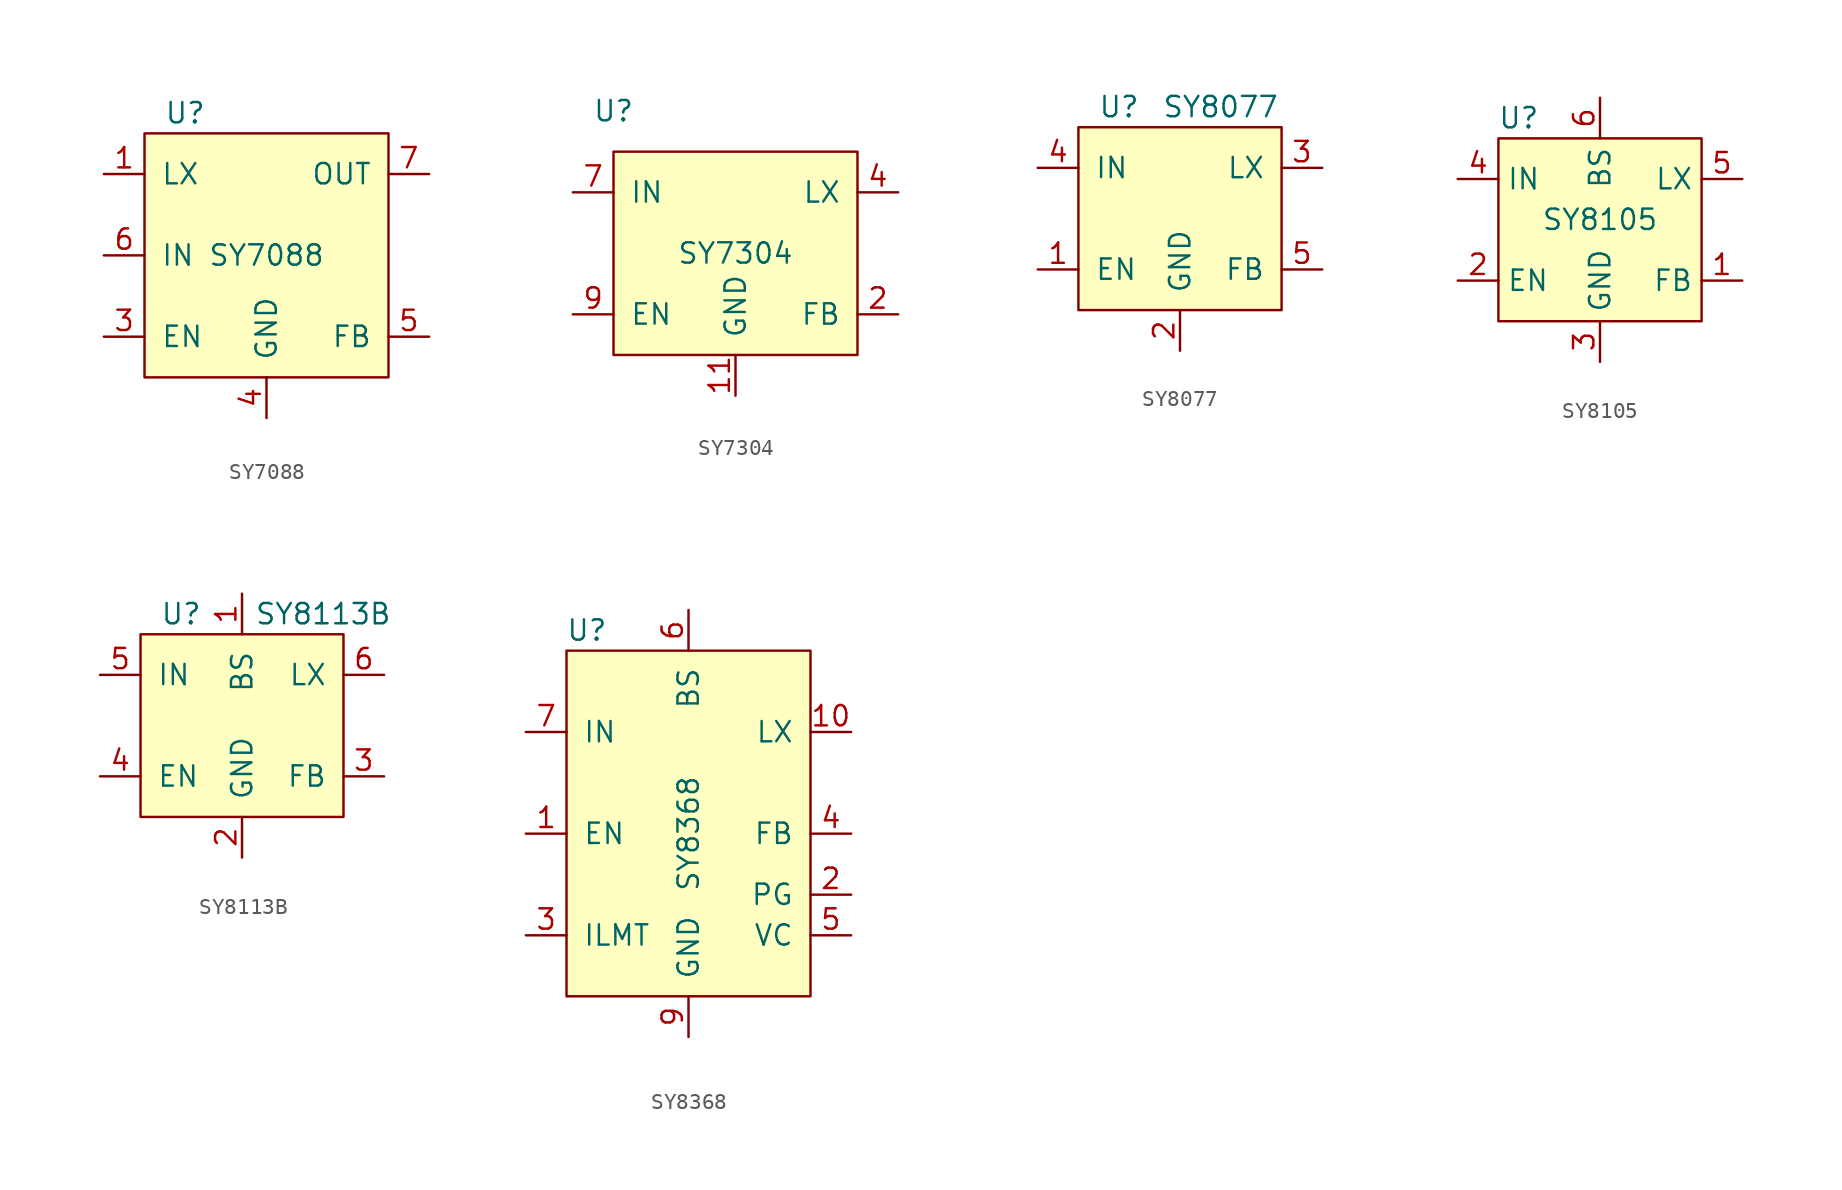
<source format=kicad_sym>
(kicad_symbol_lib
  (version 20211014)
  (generator kicad_symbol_editor)
  (symbol "SY7088"
    (pin_names
      (offset 1.016))
    (property "Reference" "U"
      (at -5.08 8.89 0)
      (effects (font (size 1.27 1.27))))
    (property "Value" "SY7088"
      (at 0 0 0)
      (effects (font (size 1.27 1.27))))
    (symbol "SY7088_0_1"
      (rectangle (start -7.62 7.62) (end 7.62 -7.62) (stroke (width 0) (type default) (color 0 0 0 0)) (fill (type background))))
    (symbol "SY7088_1_1"
      (pin open_collector line (at -10.16 5.08 0) (length 2.54) (name "LX" (effects (font (size 1.27 1.27)))) (number "1" (effects (font (size 1.27 1.27)))))
      (pin open_collector line (at -10.16 5.08 0) (length 2.54) hide (name "LX" (effects (font (size 1.27 1.27)))) (number "2" (effects (font (size 1.27 1.27)))))
      (pin power_in line (at -10.16 -5.08 0) (length 2.54) (name "EN" (effects (font (size 1.27 1.27)))) (number "3" (effects (font (size 1.27 1.27)))))
      (pin power_in line (at 0 -10.16 90) (length 2.54) (name "GND" (effects (font (size 1.27 1.27)))) (number "4" (effects (font (size 1.27 1.27)))))
      (pin input line (at 10.16 -5.08 180) (length 2.54) (name "FB" (effects (font (size 1.27 1.27)))) (number "5" (effects (font (size 1.27 1.27)))))
      (pin power_in line (at -10.16 0 0) (length 2.54) (name "IN" (effects (font (size 1.27 1.27)))) (number "6" (effects (font (size 1.27 1.27)))))
      (pin power_out line (at 10.16 5.08 180) (length 2.54) (name "OUT" (effects (font (size 1.27 1.27)))) (number "7" (effects (font (size 1.27 1.27)))))
      (pin power_out line (at 10.16 5.08 180) (length 2.54) hide (name "OUT" (effects (font (size 1.27 1.27)))) (number "8" (effects (font (size 1.27 1.27)))))
      (pin power_in line (at 0 -10.16 90) (length 2.54) hide (name "GND" (effects (font (size 1.27 1.27)))) (number "9" (effects (font (size 1.27 1.27)))))))
  (symbol "SY7304"
    (pin_names
      (offset 1.016))
    (property "Reference" "U"
      (at -7.62 8.89 0)
      (effects (font (size 1.27 1.27))))
    (property "Value" "SY7304"
      (at 0 0 0)
      (effects (font (size 1.27 1.27))))
    (symbol "SY7304_0_0"
      (pin power_in line (at 0 -8.89 90) (length 2.54) (name "GND" (effects (font (size 1.27 1.27)))) (number "11" (effects (font (size 1.27 1.27)))))
      (pin input line (at 10.16 -3.81 180) (length 2.54) (name "FB" (effects (font (size 1.27 1.27)))) (number "2" (effects (font (size 1.27 1.27)))))
      (pin output line (at 10.16 3.81 180) (length 2.54) (name "LX" (effects (font (size 1.27 1.27)))) (number "4" (effects (font (size 1.27 1.27)))))
      (pin output line (at 10.16 3.81 180) (length 2.54) hide (name "LX" (effects (font (size 1.27 1.27)))) (number "5" (effects (font (size 1.27 1.27)))))
      (pin power_in line (at -10.16 3.81 0) (length 2.54) (name "IN" (effects (font (size 1.27 1.27)))) (number "7" (effects (font (size 1.27 1.27)))))
      (pin input line (at -10.16 -3.81 0) (length 2.54) (name "EN" (effects (font (size 1.27 1.27)))) (number "9" (effects (font (size 1.27 1.27))))))
    (symbol "SY7304_0_1"
      (rectangle (start -7.62 6.35) (end 7.62 -6.35) (stroke (width 0) (type default) (color 0 0 0 0)) (fill (type background)))))
  (symbol "SY8077"
    (pin_names
      (offset 1.016))
    (property "Reference" "U"
      (at -3.81 6.35 0)
      (effects (font (size 1.27 1.27))))
    (property "Value" "SY8077"
      (at 2.54 6.35 0)
      (effects (font (size 1.27 1.27))))
    (symbol "SY8077_0_0"
      (rectangle (start -6.35 5.08) (end 6.35 -6.35) (stroke (width 0) (type default) (color 0 0 0 0)) (fill (type background))))
    (symbol "SY8077_1_1"
      (pin input line (at -8.89 -3.81 0) (length 2.54) (name "EN" (effects (font (size 1.27 1.27)))) (number "1" (effects (font (size 1.27 1.27)))))
      (pin power_in line (at 0 -8.89 90) (length 2.54) (name "GND" (effects (font (size 1.27 1.27)))) (number "2" (effects (font (size 1.27 1.27)))))
      (pin output line (at 8.89 2.54 180) (length 2.54) (name "LX" (effects (font (size 1.27 1.27)))) (number "3" (effects (font (size 1.27 1.27)))))
      (pin power_in line (at -8.89 2.54 0) (length 2.54) (name "IN" (effects (font (size 1.27 1.27)))) (number "4" (effects (font (size 1.27 1.27)))))
      (pin input line (at 8.89 -3.81 180) (length 2.54) (name "FB" (effects (font (size 1.27 1.27)))) (number "5" (effects (font (size 1.27 1.27)))))))
  (symbol "SY8105"
    (property "Reference" "U"
      (at -5.08 6.35 0)
      (effects (font (size 1.27 1.27))))
    (property "Value" "SY8105"
      (at 0 0 0)
      (effects (font (size 1.27 1.27))))
    (symbol "SY8105_1_1"
      (rectangle (start -6.35 5.08) (end 6.35 -6.35) (stroke (width 0) (type default) (color 0 0 0 0)) (fill (type background)))
      (pin input line (at 8.89 -3.81 180) (length 2.54) (name "FB" (effects (font (size 1.27 1.27)))) (number "1" (effects (font (size 1.27 1.27)))))
      (pin input line (at -8.89 -3.81 0) (length 2.54) (name "EN" (effects (font (size 1.27 1.27)))) (number "2" (effects (font (size 1.27 1.27)))))
      (pin power_in line (at 0 -8.89 90) (length 2.54) (name "GND" (effects (font (size 1.27 1.27)))) (number "3" (effects (font (size 1.27 1.27)))))
      (pin power_in line (at -8.89 2.54 0) (length 2.54) (name "IN" (effects (font (size 1.27 1.27)))) (number "4" (effects (font (size 1.27 1.27)))))
      (pin output line (at 8.89 2.54 180) (length 2.54) (name "LX" (effects (font (size 1.27 1.27)))) (number "5" (effects (font (size 1.27 1.27)))))
      (pin bidirectional line (at 0 7.62 270) (length 2.54) (name "BS" (effects (font (size 1.27 1.27)))) (number "6" (effects (font (size 1.27 1.27)))))))
  (symbol "SY8113B"
    (pin_names
      (offset 1.016))
    (property "Reference" "U"
      (at -3.81 1.27 0)
      (effects (font (size 1.27 1.27))))
    (property "Value" "SY8113B"
      (at 5.08 1.27 0)
      (effects (font (size 1.27 1.27))))
    (symbol "SY8113B_1_1"
      (rectangle (start -6.35 0) (end 6.35 -11.43) (stroke (width 0) (type default) (color 0 0 0 0)) (fill (type background)))
      (pin bidirectional line (at 0 2.54 270) (length 2.54) (name "BS" (effects (font (size 1.27 1.27)))) (number "1" (effects (font (size 1.27 1.27)))))
      (pin power_in line (at 0 -13.97 90) (length 2.54) (name "GND" (effects (font (size 1.27 1.27)))) (number "2" (effects (font (size 1.27 1.27)))))
      (pin input line (at 8.89 -8.89 180) (length 2.54) (name "FB" (effects (font (size 1.27 1.27)))) (number "3" (effects (font (size 1.27 1.27)))))
      (pin input line (at -8.89 -8.89 0) (length 2.54) (name "EN" (effects (font (size 1.27 1.27)))) (number "4" (effects (font (size 1.27 1.27)))))
      (pin power_in line (at -8.89 -2.54 0) (length 2.54) (name "IN" (effects (font (size 1.27 1.27)))) (number "5" (effects (font (size 1.27 1.27)))))
      (pin output line (at 8.89 -2.54 180) (length 2.54) (name "LX" (effects (font (size 1.27 1.27)))) (number "6" (effects (font (size 1.27 1.27)))))))
  (symbol "SY8368"
    (pin_names
      (offset 1.016))
    (property "Reference" "U"
      (at -6.35 16.51 0)
      (effects (font (size 1.27 1.27))))
    (property "Value" "SY8368"
      (at 0 3.81 90)
      (effects (font (size 1.27 1.27))))
    (symbol "SY8368_0_0"
      (pin input line (at -10.16 3.81 0) (length 2.54) (name "EN" (effects (font (size 1.27 1.27)))) (number "1" (effects (font (size 1.27 1.27)))))
      (pin output line (at 10.16 10.16 180) (length 2.54) (name "LX" (effects (font (size 1.27 1.27)))) (number "10" (effects (font (size 1.27 1.27)))))
      (pin open_collector line (at 10.16 0 180) (length 2.54) (name "PG" (effects (font (size 1.27 1.27)))) (number "2" (effects (font (size 1.27 1.27)))))
      (pin input line (at -10.16 -2.54 0) (length 2.54) (name "ILMT" (effects (font (size 1.27 1.27)))) (number "3" (effects (font (size 1.27 1.27)))))
      (pin input line (at 10.16 3.81 180) (length 2.54) (name "FB" (effects (font (size 1.27 1.27)))) (number "4" (effects (font (size 1.27 1.27)))))
      (pin output line (at 10.16 -2.54 180) (length 2.54) (name "VC" (effects (font (size 1.27 1.27)))) (number "5" (effects (font (size 1.27 1.27)))))
      (pin input line (at 0 17.78 270) (length 2.54) (name "BS" (effects (font (size 1.27 1.27)))) (number "6" (effects (font (size 1.27 1.27)))))
      (pin power_in line (at -10.16 10.16 0) (length 2.54) (name "IN" (effects (font (size 1.27 1.27)))) (number "7" (effects (font (size 1.27 1.27)))))
      (pin power_in line (at -10.16 10.16 0) (length 2.54) hide (name "IN" (effects (font (size 1.27 1.27)))) (number "8" (effects (font (size 1.27 1.27)))))
      (pin power_in line (at 0 -8.89 90) (length 2.54) (name "GND" (effects (font (size 1.27 1.27)))) (number "9" (effects (font (size 1.27 1.27))))))
    (symbol "SY8368_0_1"
      (rectangle (start -7.62 15.24) (end 7.62 -6.35) (stroke (width 0) (type default) (color 0 0 0 0)) (fill (type background))))))
</source>
